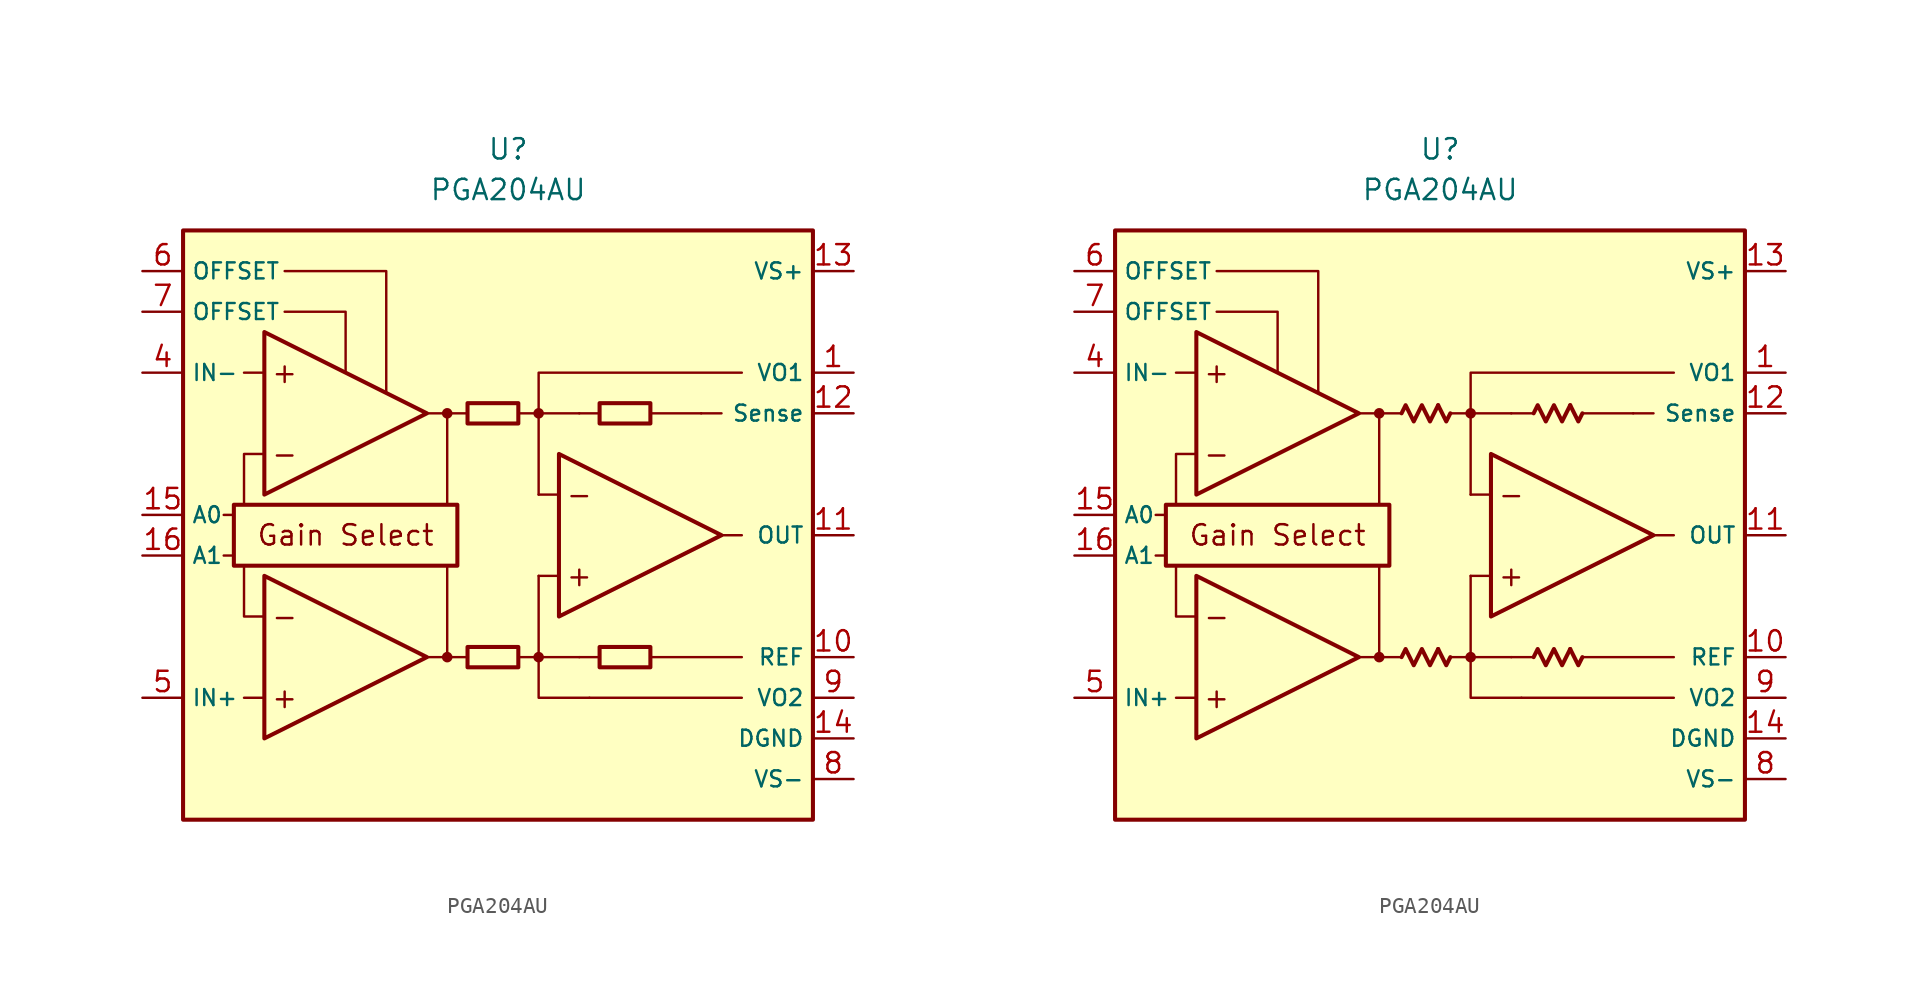
<source format=kicad_sym>
(kicad_symbol_lib
  (version 20231120)
  (generator "kicad_symbol_editor")
  (generator_version "8.0")
  (symbol "PGA204AU"
    (property "Reference" "U"
      (at 0 22.86 0)
      (effects (font (size 1.27 1.27))))
    (property "Value" "PGA204AU"
      (at 0 20.32 0)
      (effects (font (size 1.27 1.27))))
    (symbol "PGA204AU_0_0"
      (rectangle (start -20.32 17.78) (end 19.05 -19.05) (stroke (width 0.254) (type default)) (fill (type background)))
      (rectangle (start -17.145 0.635) (end -3.175 -3.175) (stroke (width 0.254) (type default)) (fill (type none)))
      (circle (center -3.81 -8.89) (radius 0.254) (stroke (width 0.152) (type default)) (fill (type outline)))
      (circle (center -3.81 6.35) (radius 0.254) (stroke (width 0.152) (type default)) (fill (type outline)))
      (polyline (pts (xy -1.27 -8.89)) (stroke (width 0.152) (type default)) (fill (type none)))
      (polyline (pts (xy -1.27 6.35)) (stroke (width 0.152) (type default)) (fill (type none)))
      (polyline (pts (xy 5.715 6.35)) (stroke (width 0.152) (type default)) (fill (type none)))
      (polyline (pts (xy -17.145 -2.54) (xy -17.78 -2.54)) (stroke (width 0.152) (type default)) (fill (type none)))
      (polyline (pts (xy -17.145 0) (xy -17.78 0)) (stroke (width 0.152) (type default)) (fill (type none)))
      (polyline (pts (xy -15.24 -11.43) (xy -16.51 -11.43)) (stroke (width 0.152) (type default)) (fill (type none)))
      (polyline (pts (xy -15.24 8.89) (xy -16.51 8.89)) (stroke (width 0.152) (type default)) (fill (type none)))
      (polyline (pts (xy -5.08 -8.89) (xy -2.54 -8.89)) (stroke (width 0.152) (type default)) (fill (type none)))
      (polyline (pts (xy -5.08 6.35) (xy -2.54 6.35)) (stroke (width 0.152) (type default)) (fill (type none)))
      (polyline (pts (xy -3.81 -8.89) (xy -3.81 -3.175)) (stroke (width 0.152) (type default)) (fill (type none)))
      (polyline (pts (xy -3.81 0.635) (xy -3.81 6.35)) (stroke (width 0.152) (type default)) (fill (type none)))
      (polyline (pts (xy 0.635 -8.89) (xy 1.905 -8.89)) (stroke (width 0.152) (type default)) (fill (type none)))
      (polyline (pts (xy 0.635 6.35) (xy 1.905 6.35)) (stroke (width 0.152) (type default)) (fill (type none)))
      (polyline (pts (xy 3.175 -3.81) (xy 1.905 -3.81)) (stroke (width 0.152) (type default)) (fill (type none)))
      (polyline (pts (xy 3.175 1.27) (xy 1.905 1.27)) (stroke (width 0.152) (type default)) (fill (type none)))
      (polyline (pts (xy 4.445 -8.89) (xy 1.905 -8.89)) (stroke (width 0.152) (type default)) (fill (type none)))
      (polyline (pts (xy 4.445 -8.89) (xy 5.715 -8.89)) (stroke (width 0.152) (type default)) (fill (type none)))
      (polyline (pts (xy 4.445 6.35) (xy 1.905 6.35)) (stroke (width 0.152) (type default)) (fill (type none)))
      (polyline (pts (xy 4.445 6.35) (xy 5.715 6.35)) (stroke (width 0.152) (type default)) (fill (type none)))
      (polyline (pts (xy 8.89 -8.89) (xy 14.605 -8.89)) (stroke (width 0.152) (type default)) (fill (type none)))
      (polyline (pts (xy 8.89 6.35) (xy 12.065 6.35)) (stroke (width 0.152) (type default)) (fill (type none)))
      (polyline (pts (xy 12.065 6.35) (xy 13.335 6.35)) (stroke (width 0.152) (type default)) (fill (type none)))
      (polyline (pts (xy 13.335 -1.27) (xy 14.605 -1.27)) (stroke (width 0.152) (type default)) (fill (type none)))
      (polyline (pts (xy 14.605 -11.43) (xy 5.08 -11.43)) (stroke (width 0.152) (type default)) (fill (type none)))
      (polyline (pts (xy -16.51 -3.175) (xy -16.51 -6.35) (xy -15.24 -6.35)) (stroke (width 0.152) (type default)) (fill (type none)))
      (polyline (pts (xy -15.24 3.81) (xy -16.51 3.81) (xy -16.51 0.635)) (stroke (width 0.152) (type default)) (fill (type none)))
      (polyline (pts (xy -13.97 12.7) (xy -10.16 12.7) (xy -10.16 8.89)) (stroke (width 0.152) (type default)) (fill (type none)))
      (polyline (pts (xy -7.62 7.62) (xy -7.62 15.24) (xy -13.97 15.24)) (stroke (width 0.152) (type default)) (fill (type none)))
      (polyline (pts (xy 1.905 -3.81) (xy 1.905 -11.43) (xy 5.08 -11.43)) (stroke (width 0.152) (type default)) (fill (type none)))
      (polyline (pts (xy 14.605 8.89) (xy 1.905 8.89) (xy 1.905 1.27)) (stroke (width 0.152) (type default)) (fill (type none)))
      (circle (center 1.905 -8.89) (radius 0.254) (stroke (width 0.152) (type default)) (fill (type outline)))
      (circle (center 1.905 6.35) (radius 0.254) (stroke (width 0.152) (type default)) (fill (type outline)))
      (text "+" (at -13.97 -11.43 0) (effects (font (size 1.27 1.27))))
      (text "+" (at -13.97 8.89 0) (effects (font (size 1.27 1.27))))
      (text "+" (at 4.445 -3.81 0) (effects (font (size 1.27 1.27))))
      (text "-" (at -13.97 -6.35 0) (effects (font (size 1.27 1.27))))
      (text "-" (at -13.97 3.81 0) (effects (font (size 1.27 1.27))))
      (text "-" (at 4.445 1.27 0) (effects (font (size 1.27 1.27))))
      (text "Gain Select" (at -10.16 -1.27 0) (effects (font (size 1.27 1.27)))))
    (symbol "PGA204AU_0_1"
      (rectangle (start -2.54 -8.255) (end 0.635 -9.525) (stroke (width 0.254) (type default)) (fill (type none)))
      (rectangle (start -2.54 6.985) (end 0.635 5.715) (stroke (width 0.254) (type default)) (fill (type none)))
      (rectangle (start 5.715 -8.255) (end 8.89 -9.525) (stroke (width 0.254) (type default)) (fill (type none)))
      (rectangle (start 5.715 6.985) (end 8.89 5.715) (stroke (width 0.254) (type default)) (fill (type none))))
    (symbol "PGA204AU_0_2"
      (polyline (pts (xy -0.127 -8.382) (xy 0.381 -9.398) (xy 0.635 -8.89)) (stroke (width 0.254) (type default)) (fill (type none)))
      (polyline (pts (xy -0.127 6.858) (xy 0.381 5.842) (xy 0.635 6.35)) (stroke (width 0.254) (type default)) (fill (type none)))
      (polyline (pts (xy 8.128 -8.382) (xy 8.636 -9.398) (xy 8.89 -8.89)) (stroke (width 0.254) (type default)) (fill (type none)))
      (polyline (pts (xy 8.128 6.858) (xy 8.636 5.842) (xy 8.89 6.35)) (stroke (width 0.254) (type default)) (fill (type none)))
      (polyline (pts (xy -2.413 -8.89) (xy -2.159 -8.382) (xy -1.651 -9.398) (xy -1.143 -8.382) (xy -0.635 -9.398) (xy -0.127 -8.382)) (stroke (width 0.254) (type default)) (fill (type none)))
      (polyline (pts (xy -2.413 6.35) (xy -2.159 6.858) (xy -1.651 5.842) (xy -1.143 6.858) (xy -0.635 5.842) (xy -0.127 6.858)) (stroke (width 0.254) (type default)) (fill (type none)))
      (polyline (pts (xy 5.842 -8.89) (xy 6.096 -8.382) (xy 6.604 -9.398) (xy 7.112 -8.382) (xy 7.62 -9.398) (xy 8.128 -8.382)) (stroke (width 0.254) (type default)) (fill (type none)))
      (polyline (pts (xy 5.842 6.35) (xy 6.096 6.858) (xy 6.604 5.842) (xy 7.112 6.858) (xy 7.62 5.842) (xy 8.128 6.858)) (stroke (width 0.254) (type default)) (fill (type none))))
    (symbol "PGA204AU_1_0"
      (polyline (pts (xy -15.24 -3.81) (xy -15.24 -13.97) (xy -5.08 -8.89) (xy -15.24 -3.81)) (stroke (width 0.254) (type default)) (fill (type background)))
      (polyline (pts (xy -15.24 11.43) (xy -15.24 1.27) (xy -5.08 6.35) (xy -15.24 11.43)) (stroke (width 0.254) (type default)) (fill (type background)))
      (polyline (pts (xy 3.175 3.81) (xy 3.175 -6.35) (xy 13.335 -1.27) (xy 3.175 3.81)) (stroke (width 0.254) (type default)) (fill (type background))))
    (symbol "PGA204AU_1_1"
      (pin passive line (at 21.59 8.89 180) (length 2.54) (name "VO1" (effects (font (size 1 1)))) (number "1" (effects (font (size 1.27 1.27)))))
      (pin passive line (at 21.59 -8.89 180) (length 2.54) (name "REF" (effects (font (size 1 1)))) (number "10" (effects (font (size 1.27 1.27)))))
      (pin output line (at 21.59 -1.27 180) (length 2.54) (name "OUT" (effects (font (size 1 1)))) (number "11" (effects (font (size 1.27 1.27)))))
      (pin passive line (at 21.59 6.35 180) (length 2.54) (name "Sense" (effects (font (size 1 1)))) (number "12" (effects (font (size 1.27 1.27)))))
      (pin power_in line (at 21.59 15.24 180) (length 2.54) (name "VS+" (effects (font (size 1 1)))) (number "13" (effects (font (size 1.27 1.27)))))
      (pin power_in line (at 21.59 -13.97 180) (length 2.54) (name "DGND" (effects (font (size 1 1)))) (number "14" (effects (font (size 1.27 1.27)))))
      (pin input line (at -22.86 0 0) (length 2.54) (name "A0" (effects (font (size 1 1)))) (number "15" (effects (font (size 1.27 1.27)))))
      (pin input line (at -22.86 -2.54 0) (length 2.54) (name "A1" (effects (font (size 1 1)))) (number "16" (effects (font (size 1.27 1.27)))))
      (pin free line (at -1.27 -12.7 0) (length 2.54) hide (name "NC" (effects (font (size 1.27 1.27)))) (number "2" (effects (font (size 1.27 1.27)))))
      (pin free line (at -1.27 -15.24 0) (length 2.54) hide (name "NC" (effects (font (size 1.27 1.27)))) (number "3" (effects (font (size 1.27 1.27)))))
      (pin input line (at -22.86 8.89 0) (length 2.54) (name "IN-" (effects (font (size 1 1)))) (number "4" (effects (font (size 1.27 1.27)))))
      (pin input line (at -22.86 -11.43 0) (length 2.54) (name "IN+" (effects (font (size 1 1)))) (number "5" (effects (font (size 1.27 1.27)))))
      (pin passive line (at -22.86 15.24 0) (length 2.54) (name "OFFSET" (effects (font (size 1 1)))) (number "6" (effects (font (size 1.27 1.27)))))
      (pin passive line (at -22.86 12.7 0) (length 2.54) (name "OFFSET" (effects (font (size 1 1)))) (number "7" (effects (font (size 1.27 1.27)))))
      (pin power_in line (at 21.59 -16.51 180) (length 2.54) (name "VS-" (effects (font (size 1 1)))) (number "8" (effects (font (size 1.27 1.27)))))
      (pin passive line (at 21.59 -11.43 180) (length 2.54) (name "VO2" (effects (font (size 1 1)))) (number "9" (effects (font (size 1.27 1.27))))))
    (symbol "PGA204AU_1_2"
      (pin passive line (at 21.59 8.89 180) (length 2.54) (name "VO1" (effects (font (size 1 1)))) (number "1" (effects (font (size 1.27 1.27)))))
      (pin passive line (at 21.59 -8.89 180) (length 2.54) (name "REF" (effects (font (size 1 1)))) (number "10" (effects (font (size 1.27 1.27)))))
      (pin output line (at 21.59 -1.27 180) (length 2.54) (name "OUT" (effects (font (size 1 1)))) (number "11" (effects (font (size 1.27 1.27)))))
      (pin passive line (at 21.59 6.35 180) (length 2.54) (name "Sense" (effects (font (size 1 1)))) (number "12" (effects (font (size 1.27 1.27)))))
      (pin power_in line (at 21.59 15.24 180) (length 2.54) (name "VS+" (effects (font (size 1 1)))) (number "13" (effects (font (size 1.27 1.27)))))
      (pin power_in line (at 21.59 -13.97 180) (length 2.54) (name "DGND" (effects (font (size 1 1)))) (number "14" (effects (font (size 1.27 1.27)))))
      (pin input line (at -22.86 0 0) (length 2.54) (name "A0" (effects (font (size 1 1)))) (number "15" (effects (font (size 1.27 1.27)))))
      (pin input line (at -22.86 -2.54 0) (length 2.54) (name "A1" (effects (font (size 1 1)))) (number "16" (effects (font (size 1.27 1.27)))))
      (pin no_connect line (at -1.27 -12.7 0) (length 2.54) hide (name "NC" (effects (font (size 1.27 1.27)))) (number "2" (effects (font (size 1.27 1.27)))))
      (pin no_connect line (at -1.27 -15.24 0) (length 2.54) hide (name "NC" (effects (font (size 1.27 1.27)))) (number "3" (effects (font (size 1.27 1.27)))))
      (pin input line (at -22.86 8.89 0) (length 2.54) (name "IN-" (effects (font (size 1 1)))) (number "4" (effects (font (size 1.27 1.27)))))
      (pin input line (at -22.86 -11.43 0) (length 2.54) (name "IN+" (effects (font (size 1 1)))) (number "5" (effects (font (size 1.27 1.27)))))
      (pin passive line (at -22.86 15.24 0) (length 2.54) (name "OFFSET" (effects (font (size 1 1)))) (number "6" (effects (font (size 1.27 1.27)))))
      (pin passive line (at -22.86 12.7 0) (length 2.54) (name "OFFSET" (effects (font (size 1 1)))) (number "7" (effects (font (size 1.27 1.27)))))
      (pin power_in line (at 21.59 -16.51 180) (length 2.54) (name "VS-" (effects (font (size 1 1)))) (number "8" (effects (font (size 1.27 1.27)))))
      (pin passive line (at 21.59 -11.43 180) (length 2.54) (name "VO2" (effects (font (size 1 1)))) (number "9" (effects (font (size 1.27 1.27))))))))
</source>
